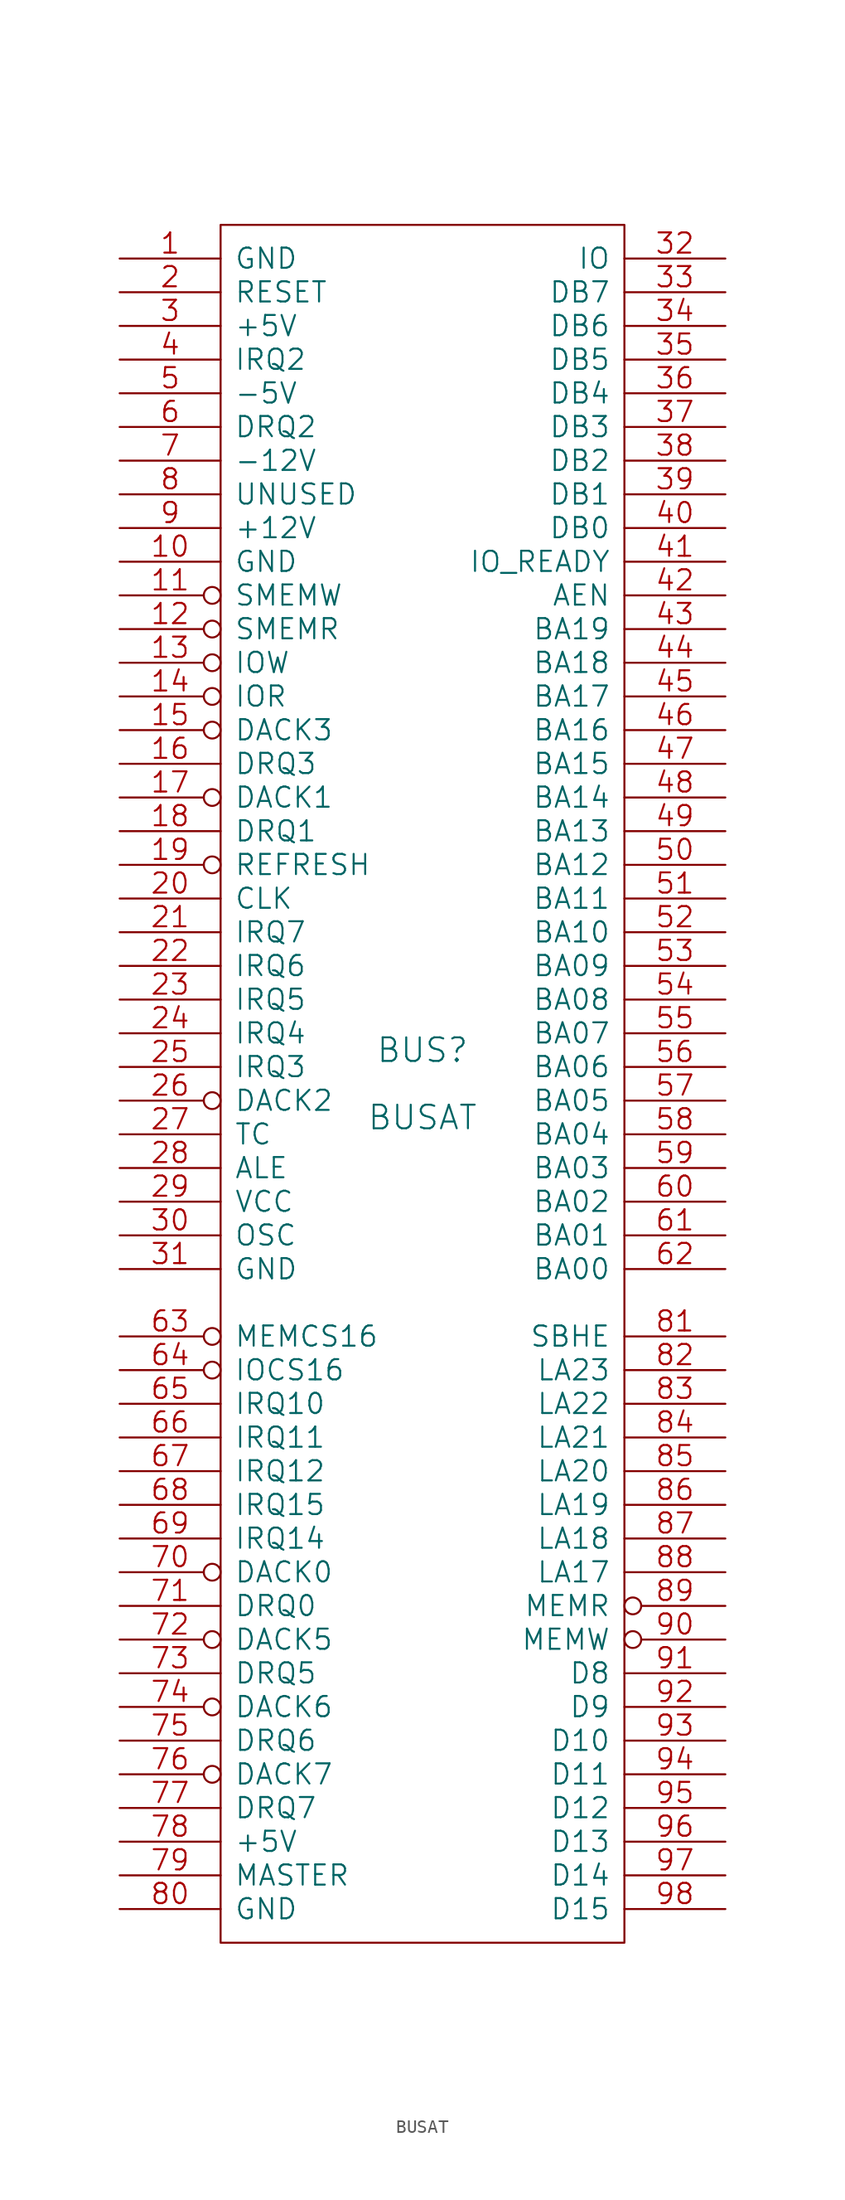
<source format=kicad_sym>
(kicad_symbol_lib
  (version 20220914)
  (generator kicad_symbol_editor)
  (symbol "BUSAT"
    (pin_names
      (offset 1.016))
    (property "Reference" "BUS"
      (at 0 2.54 0)
      (effects (font (size 1.778 1.778))))
    (property "Value" "BUSAT"
      (at 0 -2.54 0)
      (effects (font (size 1.778 1.778))))
    (property "Footprint" ""
      (at 0 0 0)
      (effects (font (size 1.524 1.524))))
    (property "Datasheet" ""
      (at 0 0 0)
      (effects (font (size 1.524 1.524))))
    (symbol "BUSAT_0_1"
      (rectangle (start -15.24 -64.77) (end 15.24 64.77) (stroke (width 0) (type default)) (fill (type none))))
    (symbol "BUSAT_1_1"
      (pin passive line (at -22.86 62.23 0) (length 7.62) (name "GND" (effects (font (size 1.524 1.524)))) (number "1" (effects (font (size 1.524 1.524)))))
      (pin passive line (at -22.86 39.37 0) (length 7.62) (name "GND" (effects (font (size 1.524 1.524)))) (number "10" (effects (font (size 1.524 1.524)))))
      (pin output inverted (at -22.86 36.83 0) (length 7.62) (name "SMEMW" (effects (font (size 1.524 1.524)))) (number "11" (effects (font (size 1.524 1.524)))))
      (pin output inverted (at -22.86 34.29 0) (length 7.62) (name "SMEMR" (effects (font (size 1.524 1.524)))) (number "12" (effects (font (size 1.524 1.524)))))
      (pin output inverted (at -22.86 31.75 0) (length 7.62) (name "IOW" (effects (font (size 1.524 1.524)))) (number "13" (effects (font (size 1.524 1.524)))))
      (pin output inverted (at -22.86 29.21 0) (length 7.62) (name "IOR" (effects (font (size 1.524 1.524)))) (number "14" (effects (font (size 1.524 1.524)))))
      (pin passive inverted (at -22.86 26.67 0) (length 7.62) (name "DACK3" (effects (font (size 1.524 1.524)))) (number "15" (effects (font (size 1.524 1.524)))))
      (pin passive line (at -22.86 24.13 0) (length 7.62) (name "DRQ3" (effects (font (size 1.524 1.524)))) (number "16" (effects (font (size 1.524 1.524)))))
      (pin passive inverted (at -22.86 21.59 0) (length 7.62) (name "DACK1" (effects (font (size 1.524 1.524)))) (number "17" (effects (font (size 1.524 1.524)))))
      (pin passive line (at -22.86 19.05 0) (length 7.62) (name "DRQ1" (effects (font (size 1.524 1.524)))) (number "18" (effects (font (size 1.524 1.524)))))
      (pin passive inverted (at -22.86 16.51 0) (length 7.62) (name "REFRESH" (effects (font (size 1.524 1.524)))) (number "19" (effects (font (size 1.524 1.524)))))
      (pin output line (at -22.86 59.69 0) (length 7.62) (name "RESET" (effects (font (size 1.524 1.524)))) (number "2" (effects (font (size 1.524 1.524)))))
      (pin output line (at -22.86 13.97 0) (length 7.62) (name "CLK" (effects (font (size 1.524 1.524)))) (number "20" (effects (font (size 1.524 1.524)))))
      (pin passive line (at -22.86 11.43 0) (length 7.62) (name "IRQ7" (effects (font (size 1.524 1.524)))) (number "21" (effects (font (size 1.524 1.524)))))
      (pin passive line (at -22.86 8.89 0) (length 7.62) (name "IRQ6" (effects (font (size 1.524 1.524)))) (number "22" (effects (font (size 1.524 1.524)))))
      (pin passive line (at -22.86 6.35 0) (length 7.62) (name "IRQ5" (effects (font (size 1.524 1.524)))) (number "23" (effects (font (size 1.524 1.524)))))
      (pin passive line (at -22.86 3.81 0) (length 7.62) (name "IRQ4" (effects (font (size 1.524 1.524)))) (number "24" (effects (font (size 1.524 1.524)))))
      (pin passive line (at -22.86 1.27 0) (length 7.62) (name "IRQ3" (effects (font (size 1.524 1.524)))) (number "25" (effects (font (size 1.524 1.524)))))
      (pin passive inverted (at -22.86 -1.27 0) (length 7.62) (name "DACK2" (effects (font (size 1.524 1.524)))) (number "26" (effects (font (size 1.524 1.524)))))
      (pin passive line (at -22.86 -3.81 0) (length 7.62) (name "TC" (effects (font (size 1.524 1.524)))) (number "27" (effects (font (size 1.524 1.524)))))
      (pin output line (at -22.86 -6.35 0) (length 7.62) (name "ALE" (effects (font (size 1.524 1.524)))) (number "28" (effects (font (size 1.524 1.524)))))
      (pin passive line (at -22.86 -8.89 0) (length 7.62) (name "VCC" (effects (font (size 1.524 1.524)))) (number "29" (effects (font (size 1.524 1.524)))))
      (pin passive line (at -22.86 57.15 0) (length 7.62) (name "+5V" (effects (font (size 1.524 1.524)))) (number "3" (effects (font (size 1.524 1.524)))))
      (pin output line (at -22.86 -11.43 0) (length 7.62) (name "OSC" (effects (font (size 1.524 1.524)))) (number "30" (effects (font (size 1.524 1.524)))))
      (pin passive line (at -22.86 -13.97 0) (length 7.62) (name "GND" (effects (font (size 1.524 1.524)))) (number "31" (effects (font (size 1.524 1.524)))))
      (pin passive line (at 22.86 62.23 180) (length 7.62) (name "IO" (effects (font (size 1.524 1.524)))) (number "32" (effects (font (size 1.524 1.524)))))
      (pin tri_state line (at 22.86 59.69 180) (length 7.62) (name "DB7" (effects (font (size 1.524 1.524)))) (number "33" (effects (font (size 1.524 1.524)))))
      (pin tri_state line (at 22.86 57.15 180) (length 7.62) (name "DB6" (effects (font (size 1.524 1.524)))) (number "34" (effects (font (size 1.524 1.524)))))
      (pin tri_state line (at 22.86 54.61 180) (length 7.62) (name "DB5" (effects (font (size 1.524 1.524)))) (number "35" (effects (font (size 1.524 1.524)))))
      (pin tri_state line (at 22.86 52.07 180) (length 7.62) (name "DB4" (effects (font (size 1.524 1.524)))) (number "36" (effects (font (size 1.524 1.524)))))
      (pin tri_state line (at 22.86 49.53 180) (length 7.62) (name "DB3" (effects (font (size 1.524 1.524)))) (number "37" (effects (font (size 1.524 1.524)))))
      (pin tri_state line (at 22.86 46.99 180) (length 7.62) (name "DB2" (effects (font (size 1.524 1.524)))) (number "38" (effects (font (size 1.524 1.524)))))
      (pin tri_state line (at 22.86 44.45 180) (length 7.62) (name "DB1" (effects (font (size 1.524 1.524)))) (number "39" (effects (font (size 1.524 1.524)))))
      (pin passive line (at -22.86 54.61 0) (length 7.62) (name "IRQ2" (effects (font (size 1.524 1.524)))) (number "4" (effects (font (size 1.524 1.524)))))
      (pin tri_state line (at 22.86 41.91 180) (length 7.62) (name "DB0" (effects (font (size 1.524 1.524)))) (number "40" (effects (font (size 1.524 1.524)))))
      (pin passive line (at 22.86 39.37 180) (length 7.62) (name "IO_READY" (effects (font (size 1.524 1.524)))) (number "41" (effects (font (size 1.524 1.524)))))
      (pin output line (at 22.86 36.83 180) (length 7.62) (name "AEN" (effects (font (size 1.524 1.524)))) (number "42" (effects (font (size 1.524 1.524)))))
      (pin tri_state line (at 22.86 34.29 180) (length 7.62) (name "BA19" (effects (font (size 1.524 1.524)))) (number "43" (effects (font (size 1.524 1.524)))))
      (pin tri_state line (at 22.86 31.75 180) (length 7.62) (name "BA18" (effects (font (size 1.524 1.524)))) (number "44" (effects (font (size 1.524 1.524)))))
      (pin tri_state line (at 22.86 29.21 180) (length 7.62) (name "BA17" (effects (font (size 1.524 1.524)))) (number "45" (effects (font (size 1.524 1.524)))))
      (pin tri_state line (at 22.86 26.67 180) (length 7.62) (name "BA16" (effects (font (size 1.524 1.524)))) (number "46" (effects (font (size 1.524 1.524)))))
      (pin tri_state line (at 22.86 24.13 180) (length 7.62) (name "BA15" (effects (font (size 1.524 1.524)))) (number "47" (effects (font (size 1.524 1.524)))))
      (pin tri_state line (at 22.86 21.59 180) (length 7.62) (name "BA14" (effects (font (size 1.524 1.524)))) (number "48" (effects (font (size 1.524 1.524)))))
      (pin tri_state line (at 22.86 19.05 180) (length 7.62) (name "BA13" (effects (font (size 1.524 1.524)))) (number "49" (effects (font (size 1.524 1.524)))))
      (pin passive line (at -22.86 52.07 0) (length 7.62) (name "-5V" (effects (font (size 1.524 1.524)))) (number "5" (effects (font (size 1.524 1.524)))))
      (pin tri_state line (at 22.86 16.51 180) (length 7.62) (name "BA12" (effects (font (size 1.524 1.524)))) (number "50" (effects (font (size 1.524 1.524)))))
      (pin tri_state line (at 22.86 13.97 180) (length 7.62) (name "BA11" (effects (font (size 1.524 1.524)))) (number "51" (effects (font (size 1.524 1.524)))))
      (pin tri_state line (at 22.86 11.43 180) (length 7.62) (name "BA10" (effects (font (size 1.524 1.524)))) (number "52" (effects (font (size 1.524 1.524)))))
      (pin tri_state line (at 22.86 8.89 180) (length 7.62) (name "BA09" (effects (font (size 1.524 1.524)))) (number "53" (effects (font (size 1.524 1.524)))))
      (pin tri_state line (at 22.86 6.35 180) (length 7.62) (name "BA08" (effects (font (size 1.524 1.524)))) (number "54" (effects (font (size 1.524 1.524)))))
      (pin tri_state line (at 22.86 3.81 180) (length 7.62) (name "BA07" (effects (font (size 1.524 1.524)))) (number "55" (effects (font (size 1.524 1.524)))))
      (pin tri_state line (at 22.86 1.27 180) (length 7.62) (name "BA06" (effects (font (size 1.524 1.524)))) (number "56" (effects (font (size 1.524 1.524)))))
      (pin tri_state line (at 22.86 -1.27 180) (length 7.62) (name "BA05" (effects (font (size 1.524 1.524)))) (number "57" (effects (font (size 1.524 1.524)))))
      (pin tri_state line (at 22.86 -3.81 180) (length 7.62) (name "BA04" (effects (font (size 1.524 1.524)))) (number "58" (effects (font (size 1.524 1.524)))))
      (pin tri_state line (at 22.86 -6.35 180) (length 7.62) (name "BA03" (effects (font (size 1.524 1.524)))) (number "59" (effects (font (size 1.524 1.524)))))
      (pin passive line (at -22.86 49.53 0) (length 7.62) (name "DRQ2" (effects (font (size 1.524 1.524)))) (number "6" (effects (font (size 1.524 1.524)))))
      (pin tri_state line (at 22.86 -8.89 180) (length 7.62) (name "BA02" (effects (font (size 1.524 1.524)))) (number "60" (effects (font (size 1.524 1.524)))))
      (pin tri_state line (at 22.86 -11.43 180) (length 7.62) (name "BA01" (effects (font (size 1.524 1.524)))) (number "61" (effects (font (size 1.524 1.524)))))
      (pin tri_state line (at 22.86 -13.97 180) (length 7.62) (name "BA00" (effects (font (size 1.524 1.524)))) (number "62" (effects (font (size 1.524 1.524)))))
      (pin passive inverted (at -22.86 -19.05 0) (length 7.62) (name "MEMCS16" (effects (font (size 1.524 1.524)))) (number "63" (effects (font (size 1.524 1.524)))))
      (pin passive inverted (at -22.86 -21.59 0) (length 7.62) (name "IOCS16" (effects (font (size 1.524 1.524)))) (number "64" (effects (font (size 1.524 1.524)))))
      (pin passive line (at -22.86 -24.13 0) (length 7.62) (name "IRQ10" (effects (font (size 1.524 1.524)))) (number "65" (effects (font (size 1.524 1.524)))))
      (pin passive line (at -22.86 -26.67 0) (length 7.62) (name "IRQ11" (effects (font (size 1.524 1.524)))) (number "66" (effects (font (size 1.524 1.524)))))
      (pin passive line (at -22.86 -29.21 0) (length 7.62) (name "IRQ12" (effects (font (size 1.524 1.524)))) (number "67" (effects (font (size 1.524 1.524)))))
      (pin passive line (at -22.86 -31.75 0) (length 7.62) (name "IRQ15" (effects (font (size 1.524 1.524)))) (number "68" (effects (font (size 1.524 1.524)))))
      (pin passive line (at -22.86 -34.29 0) (length 7.62) (name "IRQ14" (effects (font (size 1.524 1.524)))) (number "69" (effects (font (size 1.524 1.524)))))
      (pin passive line (at -22.86 46.99 0) (length 7.62) (name "-12V" (effects (font (size 1.524 1.524)))) (number "7" (effects (font (size 1.524 1.524)))))
      (pin output inverted (at -22.86 -36.83 0) (length 7.62) (name "DACK0" (effects (font (size 1.524 1.524)))) (number "70" (effects (font (size 1.524 1.524)))))
      (pin passive line (at -22.86 -39.37 0) (length 7.62) (name "DRQ0" (effects (font (size 1.524 1.524)))) (number "71" (effects (font (size 1.524 1.524)))))
      (pin output inverted (at -22.86 -41.91 0) (length 7.62) (name "DACK5" (effects (font (size 1.524 1.524)))) (number "72" (effects (font (size 1.524 1.524)))))
      (pin passive line (at -22.86 -44.45 0) (length 7.62) (name "DRQ5" (effects (font (size 1.524 1.524)))) (number "73" (effects (font (size 1.524 1.524)))))
      (pin output inverted (at -22.86 -46.99 0) (length 7.62) (name "DACK6" (effects (font (size 1.524 1.524)))) (number "74" (effects (font (size 1.524 1.524)))))
      (pin passive line (at -22.86 -49.53 0) (length 7.62) (name "DRQ6" (effects (font (size 1.524 1.524)))) (number "75" (effects (font (size 1.524 1.524)))))
      (pin output inverted (at -22.86 -52.07 0) (length 7.62) (name "DACK7" (effects (font (size 1.524 1.524)))) (number "76" (effects (font (size 1.524 1.524)))))
      (pin passive line (at -22.86 -54.61 0) (length 7.62) (name "DRQ7" (effects (font (size 1.524 1.524)))) (number "77" (effects (font (size 1.524 1.524)))))
      (pin passive line (at -22.86 -57.15 0) (length 7.62) (name "+5V" (effects (font (size 1.524 1.524)))) (number "78" (effects (font (size 1.524 1.524)))))
      (pin passive line (at -22.86 -59.69 0) (length 7.62) (name "MASTER" (effects (font (size 1.524 1.524)))) (number "79" (effects (font (size 1.524 1.524)))))
      (pin passive line (at -22.86 44.45 0) (length 7.62) (name "UNUSED" (effects (font (size 1.524 1.524)))) (number "8" (effects (font (size 1.524 1.524)))))
      (pin passive line (at -22.86 -62.23 0) (length 7.62) (name "GND" (effects (font (size 1.524 1.524)))) (number "80" (effects (font (size 1.524 1.524)))))
      (pin passive line (at 22.86 -19.05 180) (length 7.62) (name "SBHE" (effects (font (size 1.524 1.524)))) (number "81" (effects (font (size 1.524 1.524)))))
      (pin passive line (at 22.86 -21.59 180) (length 7.62) (name "LA23" (effects (font (size 1.524 1.524)))) (number "82" (effects (font (size 1.524 1.524)))))
      (pin passive line (at 22.86 -24.13 180) (length 7.62) (name "LA22" (effects (font (size 1.524 1.524)))) (number "83" (effects (font (size 1.524 1.524)))))
      (pin passive line (at 22.86 -26.67 180) (length 7.62) (name "LA21" (effects (font (size 1.524 1.524)))) (number "84" (effects (font (size 1.524 1.524)))))
      (pin passive line (at 22.86 -29.21 180) (length 7.62) (name "LA20" (effects (font (size 1.524 1.524)))) (number "85" (effects (font (size 1.524 1.524)))))
      (pin passive line (at 22.86 -31.75 180) (length 7.62) (name "LA19" (effects (font (size 1.524 1.524)))) (number "86" (effects (font (size 1.524 1.524)))))
      (pin passive line (at 22.86 -34.29 180) (length 7.62) (name "LA18" (effects (font (size 1.524 1.524)))) (number "87" (effects (font (size 1.524 1.524)))))
      (pin passive line (at 22.86 -36.83 180) (length 7.62) (name "LA17" (effects (font (size 1.524 1.524)))) (number "88" (effects (font (size 1.524 1.524)))))
      (pin output inverted (at 22.86 -39.37 180) (length 7.62) (name "MEMR" (effects (font (size 1.524 1.524)))) (number "89" (effects (font (size 1.524 1.524)))))
      (pin passive line (at -22.86 41.91 0) (length 7.62) (name "+12V" (effects (font (size 1.524 1.524)))) (number "9" (effects (font (size 1.524 1.524)))))
      (pin output inverted (at 22.86 -41.91 180) (length 7.62) (name "MEMW" (effects (font (size 1.524 1.524)))) (number "90" (effects (font (size 1.524 1.524)))))
      (pin tri_state line (at 22.86 -44.45 180) (length 7.62) (name "D8" (effects (font (size 1.524 1.524)))) (number "91" (effects (font (size 1.524 1.524)))))
      (pin tri_state line (at 22.86 -46.99 180) (length 7.62) (name "D9" (effects (font (size 1.524 1.524)))) (number "92" (effects (font (size 1.524 1.524)))))
      (pin tri_state line (at 22.86 -49.53 180) (length 7.62) (name "D10" (effects (font (size 1.524 1.524)))) (number "93" (effects (font (size 1.524 1.524)))))
      (pin tri_state line (at 22.86 -52.07 180) (length 7.62) (name "D11" (effects (font (size 1.524 1.524)))) (number "94" (effects (font (size 1.524 1.524)))))
      (pin tri_state line (at 22.86 -54.61 180) (length 7.62) (name "D12" (effects (font (size 1.524 1.524)))) (number "95" (effects (font (size 1.524 1.524)))))
      (pin tri_state line (at 22.86 -57.15 180) (length 7.62) (name "D13" (effects (font (size 1.524 1.524)))) (number "96" (effects (font (size 1.524 1.524)))))
      (pin tri_state line (at 22.86 -59.69 180) (length 7.62) (name "D14" (effects (font (size 1.524 1.524)))) (number "97" (effects (font (size 1.524 1.524)))))
      (pin tri_state line (at 22.86 -62.23 180) (length 7.62) (name "D15" (effects (font (size 1.524 1.524)))) (number "98" (effects (font (size 1.524 1.524))))))))
</source>
